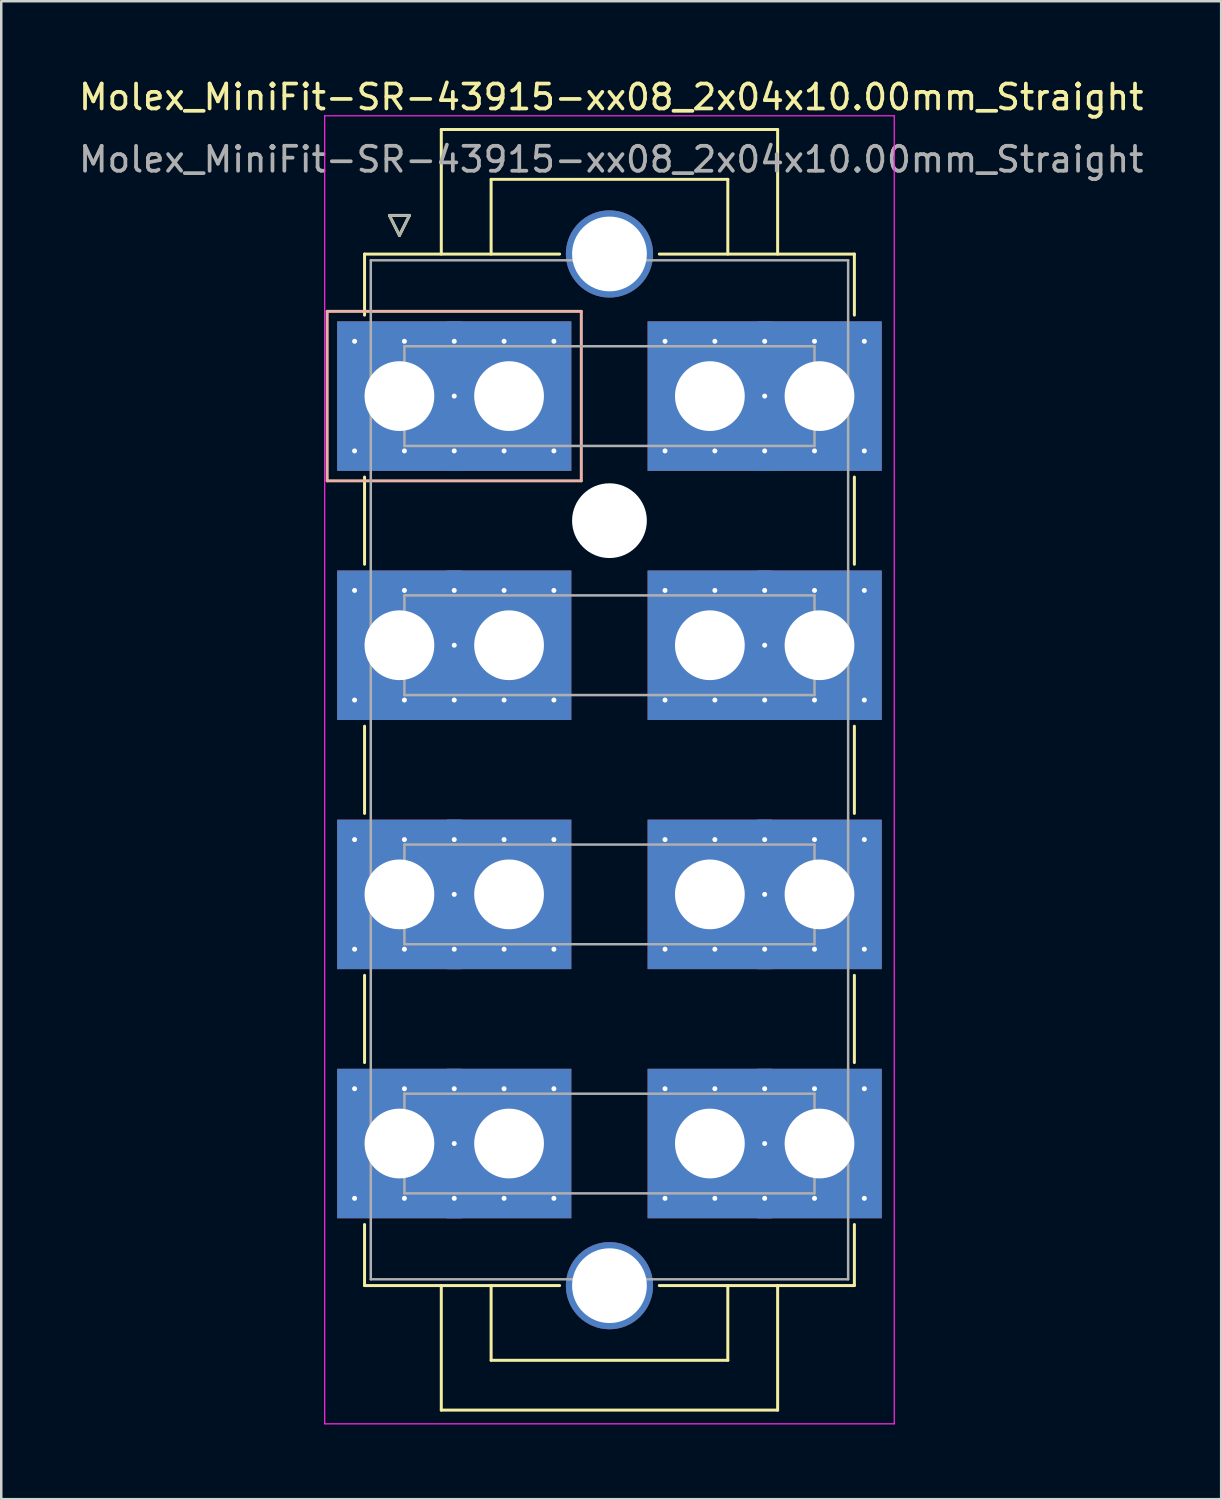
<source format=kicad_pcb>
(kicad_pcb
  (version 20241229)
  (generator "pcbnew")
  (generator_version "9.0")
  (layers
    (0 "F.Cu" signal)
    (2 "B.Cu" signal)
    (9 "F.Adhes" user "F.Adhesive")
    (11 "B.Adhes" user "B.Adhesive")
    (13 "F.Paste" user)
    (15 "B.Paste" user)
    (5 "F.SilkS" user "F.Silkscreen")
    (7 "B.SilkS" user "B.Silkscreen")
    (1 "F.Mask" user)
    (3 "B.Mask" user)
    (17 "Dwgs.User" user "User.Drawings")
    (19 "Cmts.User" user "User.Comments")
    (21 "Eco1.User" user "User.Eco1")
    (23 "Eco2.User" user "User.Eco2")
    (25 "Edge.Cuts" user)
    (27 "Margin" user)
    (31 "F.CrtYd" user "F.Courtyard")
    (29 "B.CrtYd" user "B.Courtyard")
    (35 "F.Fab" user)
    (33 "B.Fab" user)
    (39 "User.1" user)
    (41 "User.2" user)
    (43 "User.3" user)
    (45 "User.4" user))
  (footprint "Molex_MiniFit-SR-43915-xx08_2x04x10.00mm_Straight"
    (layer "F.Cu")
    (at 12.982 12.848)
    (property "Reference" "Molex_MiniFit-SR-43915-xx08_2x04x10.00mm_Straight" (at 8.5 -12 0) (layer "F.SilkS") (effects (font (size 1 1) (thickness 0.15))))
    (attr through_hole)
    (fp_line (start -1.4 -5.7) (end 6.43 -5.7) (stroke (width 0.12) (type solid)) (layer "F.SilkS"))
    (fp_line (start -1.4 -3.25) (end -1.4 -5.7) (stroke (width 0.12) (type solid)) (layer "F.SilkS"))
    (fp_line (start -1.4 3.25) (end -1.4 6.75) (stroke (width 0.12) (type solid)) (layer "F.SilkS"))
    (fp_line (start -1.4 13.25) (end -1.4 16.75) (stroke (width 0.12) (type solid)) (layer "F.SilkS"))
    (fp_line (start -1.4 23.25) (end -1.4 26.75) (stroke (width 0.12) (type solid)) (layer "F.SilkS"))
    (fp_line (start -1.4 33.25) (end -1.4 35.7) (stroke (width 0.12) (type solid)) (layer "F.SilkS"))
    (fp_line (start -1.4 35.7) (end 6.43 35.7) (stroke (width 0.12) (type solid)) (layer "F.SilkS"))
    (fp_line (start -0.4 -7.25) (end 0 -6.45) (stroke (width 0.12) (type solid)) (layer "F.SilkS"))
    (fp_line (start 0 -6.45) (end 0.4 -7.25) (stroke (width 0.12) (type solid)) (layer "F.SilkS"))
    (fp_line (start 0.4 -7.25) (end -0.4 -7.25) (stroke (width 0.12) (type solid)) (layer "F.SilkS"))
    (fp_line (start 1.68 -10.7) (end 1.68 -5.7) (stroke (width 0.12) (type solid)) (layer "F.SilkS"))
    (fp_line (start 1.68 40.7) (end 1.68 35.7) (stroke (width 0.12) (type solid)) (layer "F.SilkS"))
    (fp_line (start 3.68 -8.7) (end 3.68 -5.7) (stroke (width 0.12) (type solid)) (layer "F.SilkS"))
    (fp_line (start 3.68 38.7) (end 3.68 35.7) (stroke (width 0.12) (type solid)) (layer "F.SilkS"))
    (fp_line (start 13.18 -8.7) (end 3.68 -8.7) (stroke (width 0.12) (type solid)) (layer "F.SilkS"))
    (fp_line (start 13.18 -5.7) (end 13.18 -8.7) (stroke (width 0.12) (type solid)) (layer "F.SilkS"))
    (fp_line (start 13.18 35.7) (end 13.18 38.7) (stroke (width 0.12) (type solid)) (layer "F.SilkS"))
    (fp_line (start 13.18 38.7) (end 3.68 38.7) (stroke (width 0.12) (type solid)) (layer "F.SilkS"))
    (fp_line (start 15.18 -10.7) (end 1.68 -10.7) (stroke (width 0.12) (type solid)) (layer "F.SilkS"))
    (fp_line (start 15.18 -5.7) (end 15.18 -10.7) (stroke (width 0.12) (type solid)) (layer "F.SilkS"))
    (fp_line (start 15.18 35.7) (end 15.18 40.7) (stroke (width 0.12) (type solid)) (layer "F.SilkS"))
    (fp_line (start 15.18 40.7) (end 1.68 40.7) (stroke (width 0.12) (type solid)) (layer "F.SilkS"))
    (fp_line (start 18.26 -5.7) (end 10.43 -5.7) (stroke (width 0.12) (type solid)) (layer "F.SilkS"))
    (fp_line (start 18.26 -3.25) (end 18.26 -5.7) (stroke (width 0.12) (type solid)) (layer "F.SilkS"))
    (fp_line (start 18.26 3.25) (end 18.26 6.75) (stroke (width 0.12) (type solid)) (layer "F.SilkS"))
    (fp_line (start 18.26 13.25) (end 18.26 16.75) (stroke (width 0.12) (type solid)) (layer "F.SilkS"))
    (fp_line (start 18.26 23.25) (end 18.26 26.75) (stroke (width 0.12) (type solid)) (layer "F.SilkS"))
    (fp_line (start 18.26 33.25) (end 18.26 35.7) (stroke (width 0.12) (type solid)) (layer "F.SilkS"))
    (fp_line (start 18.26 35.7) (end 10.43 35.7) (stroke (width 0.12) (type solid)) (layer "F.SilkS"))
    (fp_line (start -2.9 -3.4) (end -2.9 3.4) (stroke (width 0.12) (type solid)) (layer "B.SilkS"))
    (fp_line (start -2.9 3.4) (end 7.3 3.4) (stroke (width 0.12) (type solid)) (layer "B.SilkS"))
    (fp_line (start 7.3 -3.4) (end -2.9 -3.4) (stroke (width 0.12) (type solid)) (layer "B.SilkS"))
    (fp_line (start 7.3 3.4) (end 7.3 -3.4) (stroke (width 0.12) (type solid)) (layer "B.SilkS"))
    (fp_line (start -3 -11.25) (end -3 41.25) (stroke (width 0.05) (type solid)) (layer "F.CrtYd"))
    (fp_line (start -3 41.25) (end 19.86 41.25) (stroke (width 0.05) (type solid)) (layer "F.CrtYd"))
    (fp_line (start 19.86 -11.25) (end -3 -11.25) (stroke (width 0.05) (type solid)) (layer "F.CrtYd"))
    (fp_line (start 19.86 41.25) (end 19.86 -11.25) (stroke (width 0.05) (type solid)) (layer "F.CrtYd"))
    (fp_line (start -1.15 -5.45) (end -1.15 35.45) (stroke (width 0.1) (type solid)) (layer "F.Fab"))
    (fp_line (start -1.15 35.45) (end 18.01 35.45) (stroke (width 0.1) (type solid)) (layer "F.Fab"))
    (fp_line (start -0.4 -7.25) (end 0 -6.45) (stroke (width 0.1) (type solid)) (layer "F.Fab"))
    (fp_line (start 0 -6.45) (end 0.4 -7.25) (stroke (width 0.1) (type solid)) (layer "F.Fab"))
    (fp_line (start 0.2 -2) (end 0.2 2) (stroke (width 0.1) (type solid)) (layer "F.Fab"))
    (fp_line (start 0.2 2) (end 16.66 2) (stroke (width 0.1) (type solid)) (layer "F.Fab"))
    (fp_line (start 0.2 8) (end 0.2 12) (stroke (width 0.1) (type solid)) (layer "F.Fab"))
    (fp_line (start 0.2 12) (end 16.66 12) (stroke (width 0.1) (type solid)) (layer "F.Fab"))
    (fp_line (start 0.2 18) (end 0.2 22) (stroke (width 0.1) (type solid)) (layer "F.Fab"))
    (fp_line (start 0.2 22) (end 16.66 22) (stroke (width 0.1) (type solid)) (layer "F.Fab"))
    (fp_line (start 0.2 28) (end 0.2 32) (stroke (width 0.1) (type solid)) (layer "F.Fab"))
    (fp_line (start 0.2 32) (end 16.66 32) (stroke (width 0.1) (type solid)) (layer "F.Fab"))
    (fp_line (start 0.4 -7.25) (end -0.4 -7.25) (stroke (width 0.1) (type solid)) (layer "F.Fab"))
    (fp_line (start 16.66 -2) (end 0.2 -2) (stroke (width 0.1) (type solid)) (layer "F.Fab"))
    (fp_line (start 16.66 2) (end 16.66 -2) (stroke (width 0.1) (type solid)) (layer "F.Fab"))
    (fp_line (start 16.66 8) (end 0.2 8) (stroke (width 0.1) (type solid)) (layer "F.Fab"))
    (fp_line (start 16.66 12) (end 16.66 8) (stroke (width 0.1) (type solid)) (layer "F.Fab"))
    (fp_line (start 16.66 18) (end 0.2 18) (stroke (width 0.1) (type solid)) (layer "F.Fab"))
    (fp_line (start 16.66 22) (end 16.66 18) (stroke (width 0.1) (type solid)) (layer "F.Fab"))
    (fp_line (start 16.66 28) (end 0.2 28) (stroke (width 0.1) (type solid)) (layer "F.Fab"))
    (fp_line (start 16.66 32) (end 16.66 28) (stroke (width 0.1) (type solid)) (layer "F.Fab"))
    (fp_line (start 18.01 -5.45) (end -1.15 -5.45) (stroke (width 0.1) (type solid)) (layer "F.Fab"))
    (fp_line (start 18.01 35.45) (end 18.01 -5.45) (stroke (width 0.1) (type solid)) (layer "F.Fab"))
    (fp_text user "${REFERENCE}" (at 8.5 -9.5 0) (layer "F.Fab") (effects (font (size 1 1) (thickness 0.15))))
    (pad "" thru_hole circle (at 2.2 0 270) (size 0.5 0.5) (drill 0.2) (layers "*.Cu" "*.Mask"))
    (pad "" thru_hole circle (at 2.2 10 270) (size 0.5 0.5) (drill 0.2) (layers "*.Cu" "*.Mask"))
    (pad "" thru_hole circle (at 2.2 20 270) (size 0.5 0.5) (drill 0.2) (layers "*.Cu" "*.Mask"))
    (pad "" thru_hole circle (at 2.2 30 270) (size 0.5 0.5) (drill 0.2) (layers "*.Cu" "*.Mask"))
    (pad "" thru_hole circle (at 8.43 -5.705 270) (size 3.5 3.5) (drill 3) (layers "*.Cu" "*.Mask"))
    (pad "" np_thru_hole circle (at 8.43 5 270) (size 3 3) (drill 3) (layers "*.Cu" "*.Mask"))
    (pad "" thru_hole circle (at 8.43 35.705 270) (size 3.5 3.5) (drill 3) (layers "*.Cu" "*.Mask"))
    (pad "" thru_hole circle (at 14.66 0 270) (size 0.5 0.5) (drill 0.2) (layers "*.Cu" "*.Mask"))
    (pad "" thru_hole circle (at 14.66 10 270) (size 0.5 0.5) (drill 0.2) (layers "*.Cu" "*.Mask"))
    (pad "" thru_hole circle (at 14.66 20 270) (size 0.5 0.5) (drill 0.2) (layers "*.Cu" "*.Mask"))
    (pad "" thru_hole circle (at 14.66 30 270) (size 0.5 0.5) (drill 0.2) (layers "*.Cu" "*.Mask"))
    (pad "1" thru_hole rect (at -1.8 -2.2 270) (size 0.5 0.5) (drill 0.2) (layers "*.Cu" "*.Mask"))
    (pad "1" thru_hole rect (at -1.8 2.2 270) (size 0.5 0.5) (drill 0.2) (layers "*.Cu" "*.Mask"))
    (pad "1" thru_hole rect (at 0 0 270) (size 6 5) (drill 2.8) (layers "*.Cu" "*.Mask"))
    (pad "1" thru_hole rect (at 0.2 -2.2 270) (size 0.5 0.5) (drill 0.2) (layers "*.Cu" "*.Mask"))
    (pad "1" thru_hole rect (at 0.2 2.2 270) (size 0.5 0.5) (drill 0.2) (layers "*.Cu" "*.Mask"))
    (pad "1" thru_hole rect (at 2.2 -2.2 270) (size 0.5 0.5) (drill 0.2) (layers "*.Cu" "*.Mask"))
    (pad "1" thru_hole rect (at 2.2 2.2 270) (size 0.5 0.5) (drill 0.2) (layers "*.Cu" "*.Mask"))
    (pad "1" thru_hole rect (at 4.2 -2.2 270) (size 0.5 0.5) (drill 0.2) (layers "*.Cu" "*.Mask"))
    (pad "1" thru_hole rect (at 4.2 2.2 270) (size 0.5 0.5) (drill 0.2) (layers "*.Cu" "*.Mask"))
    (pad "1" thru_hole rect (at 4.4 0 270) (size 6 5) (drill 2.8) (layers "*.Cu" "*.Mask"))
    (pad "1" thru_hole rect (at 6.2 -2.2 270) (size 0.5 0.5) (drill 0.2) (layers "*.Cu" "*.Mask"))
    (pad "1" thru_hole rect (at 6.2 2.2 270) (size 0.5 0.5) (drill 0.2) (layers "*.Cu" "*.Mask"))
    (pad "2" thru_hole circle (at 10.66 -2.2 270) (size 0.5 0.5) (drill 0.2) (layers "*.Cu" "*.Mask"))
    (pad "2" thru_hole circle (at 10.66 2.2 270) (size 0.5 0.5) (drill 0.2) (layers "*.Cu" "*.Mask"))
    (pad "2" thru_hole rect (at 12.46 0 270) (size 6 5) (drill 2.8) (layers "*.Cu" "*.Mask"))
    (pad "2" thru_hole circle (at 12.66 -2.2 270) (size 0.5 0.5) (drill 0.2) (layers "*.Cu" "*.Mask"))
    (pad "2" thru_hole circle (at 12.66 2.2 270) (size 0.5 0.5) (drill 0.2) (layers "*.Cu" "*.Mask"))
    (pad "2" thru_hole circle (at 14.66 -2.2 270) (size 0.5 0.5) (drill 0.2) (layers "*.Cu" "*.Mask"))
    (pad "2" thru_hole circle (at 14.66 2.2 270) (size 0.5 0.5) (drill 0.2) (layers "*.Cu" "*.Mask"))
    (pad "2" thru_hole circle (at 16.66 -2.2 270) (size 0.5 0.5) (drill 0.2) (layers "*.Cu" "*.Mask"))
    (pad "2" thru_hole circle (at 16.66 2.2 270) (size 0.5 0.5) (drill 0.2) (layers "*.Cu" "*.Mask"))
    (pad "2" thru_hole rect (at 16.86 0 270) (size 6 5) (drill 2.8) (layers "*.Cu" "*.Mask"))
    (pad "2" thru_hole circle (at 18.66 -2.2 270) (size 0.5 0.5) (drill 0.2) (layers "*.Cu" "*.Mask"))
    (pad "2" thru_hole circle (at 18.66 2.2 270) (size 0.5 0.5) (drill 0.2) (layers "*.Cu" "*.Mask"))
    (pad "3" thru_hole circle (at -1.8 7.8 270) (size 0.5 0.5) (drill 0.2) (layers "*.Cu" "*.Mask"))
    (pad "3" thru_hole circle (at -1.8 12.2 270) (size 0.5 0.5) (drill 0.2) (layers "*.Cu" "*.Mask"))
    (pad "3" thru_hole rect (at 0 10 270) (size 6 5) (drill 2.8) (layers "*.Cu" "*.Mask"))
    (pad "3" thru_hole circle (at 0.2 7.8 270) (size 0.5 0.5) (drill 0.2) (layers "*.Cu" "*.Mask"))
    (pad "3" thru_hole circle (at 0.2 12.2 270) (size 0.5 0.5) (drill 0.2) (layers "*.Cu" "*.Mask"))
    (pad "3" thru_hole circle (at 2.2 7.8 270) (size 0.5 0.5) (drill 0.2) (layers "*.Cu" "*.Mask"))
    (pad "3" thru_hole circle (at 2.2 12.2 270) (size 0.5 0.5) (drill 0.2) (layers "*.Cu" "*.Mask"))
    (pad "3" thru_hole circle (at 4.2 7.8 270) (size 0.5 0.5) (drill 0.2) (layers "*.Cu" "*.Mask"))
    (pad "3" thru_hole circle (at 4.2 12.2 270) (size 0.5 0.5) (drill 0.2) (layers "*.Cu" "*.Mask"))
    (pad "3" thru_hole rect (at 4.4 10 270) (size 6 5) (drill 2.8) (layers "*.Cu" "*.Mask"))
    (pad "3" thru_hole circle (at 6.2 7.8 270) (size 0.5 0.5) (drill 0.2) (layers "*.Cu" "*.Mask"))
    (pad "3" thru_hole circle (at 6.2 12.2 270) (size 0.5 0.5) (drill 0.2) (layers "*.Cu" "*.Mask"))
    (pad "4" thru_hole circle (at 10.66 7.8 270) (size 0.5 0.5) (drill 0.2) (layers "*.Cu" "*.Mask"))
    (pad "4" thru_hole circle (at 10.66 12.2 270) (size 0.5 0.5) (drill 0.2) (layers "*.Cu" "*.Mask"))
    (pad "4" thru_hole rect (at 12.46 10 270) (size 6 5) (drill 2.8) (layers "*.Cu" "*.Mask"))
    (pad "4" thru_hole circle (at 12.66 7.8 270) (size 0.5 0.5) (drill 0.2) (layers "*.Cu" "*.Mask"))
    (pad "4" thru_hole circle (at 12.66 12.2 270) (size 0.5 0.5) (drill 0.2) (layers "*.Cu" "*.Mask"))
    (pad "4" thru_hole circle (at 14.66 7.8 270) (size 0.5 0.5) (drill 0.2) (layers "*.Cu" "*.Mask"))
    (pad "4" thru_hole circle (at 14.66 12.2 270) (size 0.5 0.5) (drill 0.2) (layers "*.Cu" "*.Mask"))
    (pad "4" thru_hole circle (at 16.66 7.8 270) (size 0.5 0.5) (drill 0.2) (layers "*.Cu" "*.Mask"))
    (pad "4" thru_hole circle (at 16.66 12.2 270) (size 0.5 0.5) (drill 0.2) (layers "*.Cu" "*.Mask"))
    (pad "4" thru_hole rect (at 16.86 10 270) (size 6 5) (drill 2.8) (layers "*.Cu" "*.Mask"))
    (pad "4" thru_hole circle (at 18.66 7.8 270) (size 0.5 0.5) (drill 0.2) (layers "*.Cu" "*.Mask"))
    (pad "4" thru_hole circle (at 18.66 12.2 270) (size 0.5 0.5) (drill 0.2) (layers "*.Cu" "*.Mask"))
    (pad "5" thru_hole circle (at -1.8 17.8 270) (size 0.5 0.5) (drill 0.2) (layers "*.Cu" "*.Mask"))
    (pad "5" thru_hole circle (at -1.8 22.2 270) (size 0.5 0.5) (drill 0.2) (layers "*.Cu" "*.Mask"))
    (pad "5" thru_hole rect (at 0 20 270) (size 6 5) (drill 2.8) (layers "*.Cu" "*.Mask"))
    (pad "5" thru_hole circle (at 0.2 17.8 270) (size 0.5 0.5) (drill 0.2) (layers "*.Cu" "*.Mask"))
    (pad "5" thru_hole circle (at 0.2 22.2 270) (size 0.5 0.5) (drill 0.2) (layers "*.Cu" "*.Mask"))
    (pad "5" thru_hole circle (at 2.2 17.8 270) (size 0.5 0.5) (drill 0.2) (layers "*.Cu" "*.Mask"))
    (pad "5" thru_hole circle (at 2.2 22.2 270) (size 0.5 0.5) (drill 0.2) (layers "*.Cu" "*.Mask"))
    (pad "5" thru_hole circle (at 4.2 17.8 270) (size 0.5 0.5) (drill 0.2) (layers "*.Cu" "*.Mask"))
    (pad "5" thru_hole circle (at 4.2 22.2 270) (size 0.5 0.5) (drill 0.2) (layers "*.Cu" "*.Mask"))
    (pad "5" thru_hole rect (at 4.4 20 270) (size 6 5) (drill 2.8) (layers "*.Cu" "*.Mask"))
    (pad "5" thru_hole circle (at 6.2 17.8 270) (size 0.5 0.5) (drill 0.2) (layers "*.Cu" "*.Mask"))
    (pad "5" thru_hole circle (at 6.2 22.2 270) (size 0.5 0.5) (drill 0.2) (layers "*.Cu" "*.Mask"))
    (pad "6" thru_hole circle (at 10.66 17.8 270) (size 0.5 0.5) (drill 0.2) (layers "*.Cu" "*.Mask"))
    (pad "6" thru_hole circle (at 10.66 22.2 270) (size 0.5 0.5) (drill 0.2) (layers "*.Cu" "*.Mask"))
    (pad "6" thru_hole rect (at 12.46 20 270) (size 6 5) (drill 2.8) (layers "*.Cu" "*.Mask"))
    (pad "6" thru_hole circle (at 12.66 17.8 270) (size 0.5 0.5) (drill 0.2) (layers "*.Cu" "*.Mask"))
    (pad "6" thru_hole circle (at 12.66 22.2 270) (size 0.5 0.5) (drill 0.2) (layers "*.Cu" "*.Mask"))
    (pad "6" thru_hole circle (at 14.66 17.8 270) (size 0.5 0.5) (drill 0.2) (layers "*.Cu" "*.Mask"))
    (pad "6" thru_hole circle (at 14.66 22.2 270) (size 0.5 0.5) (drill 0.2) (layers "*.Cu" "*.Mask"))
    (pad "6" thru_hole circle (at 16.66 17.8 270) (size 0.5 0.5) (drill 0.2) (layers "*.Cu" "*.Mask"))
    (pad "6" thru_hole circle (at 16.66 22.2 270) (size 0.5 0.5) (drill 0.2) (layers "*.Cu" "*.Mask"))
    (pad "6" thru_hole rect (at 16.86 20 270) (size 6 5) (drill 2.8) (layers "*.Cu" "*.Mask"))
    (pad "6" thru_hole circle (at 18.66 17.8 270) (size 0.5 0.5) (drill 0.2) (layers "*.Cu" "*.Mask"))
    (pad "6" thru_hole circle (at 18.66 22.2 270) (size 0.5 0.5) (drill 0.2) (layers "*.Cu" "*.Mask"))
    (pad "7" thru_hole circle (at -1.8 27.8 270) (size 0.5 0.5) (drill 0.2) (layers "*.Cu" "*.Mask"))
    (pad "7" thru_hole circle (at -1.8 32.2 270) (size 0.5 0.5) (drill 0.2) (layers "*.Cu" "*.Mask"))
    (pad "7" thru_hole rect (at 0 30 270) (size 6 5) (drill 2.8) (layers "*.Cu" "*.Mask"))
    (pad "7" thru_hole circle (at 0.2 27.8 270) (size 0.5 0.5) (drill 0.2) (layers "*.Cu" "*.Mask"))
    (pad "7" thru_hole circle (at 0.2 32.2 270) (size 0.5 0.5) (drill 0.2) (layers "*.Cu" "*.Mask"))
    (pad "7" thru_hole circle (at 2.2 27.8 270) (size 0.5 0.5) (drill 0.2) (layers "*.Cu" "*.Mask"))
    (pad "7" thru_hole circle (at 2.2 32.2 270) (size 0.5 0.5) (drill 0.2) (layers "*.Cu" "*.Mask"))
    (pad "7" thru_hole circle (at 4.2 27.8 270) (size 0.5 0.5) (drill 0.2) (layers "*.Cu" "*.Mask"))
    (pad "7" thru_hole circle (at 4.2 32.2 270) (size 0.5 0.5) (drill 0.2) (layers "*.Cu" "*.Mask"))
    (pad "7" thru_hole rect (at 4.4 30 270) (size 6 5) (drill 2.8) (layers "*.Cu" "*.Mask"))
    (pad "7" thru_hole circle (at 6.2 27.8 270) (size 0.5 0.5) (drill 0.2) (layers "*.Cu" "*.Mask"))
    (pad "7" thru_hole circle (at 6.2 32.2 270) (size 0.5 0.5) (drill 0.2) (layers "*.Cu" "*.Mask"))
    (pad "8" thru_hole circle (at 10.66 27.8 270) (size 0.5 0.5) (drill 0.2) (layers "*.Cu" "*.Mask"))
    (pad "8" thru_hole circle (at 10.66 32.2 270) (size 0.5 0.5) (drill 0.2) (layers "*.Cu" "*.Mask"))
    (pad "8" thru_hole rect (at 12.46 30 270) (size 6 5) (drill 2.8) (layers "*.Cu" "*.Mask"))
    (pad "8" thru_hole circle (at 12.66 27.8 270) (size 0.5 0.5) (drill 0.2) (layers "*.Cu" "*.Mask"))
    (pad "8" thru_hole circle (at 12.66 32.2 270) (size 0.5 0.5) (drill 0.2) (layers "*.Cu" "*.Mask"))
    (pad "8" thru_hole circle (at 14.66 27.8 270) (size 0.5 0.5) (drill 0.2) (layers "*.Cu" "*.Mask"))
    (pad "8" thru_hole circle (at 14.66 32.2 270) (size 0.5 0.5) (drill 0.2) (layers "*.Cu" "*.Mask"))
    (pad "8" thru_hole circle (at 16.66 27.8 270) (size 0.5 0.5) (drill 0.2) (layers "*.Cu" "*.Mask"))
    (pad "8" thru_hole circle (at 16.66 32.2 270) (size 0.5 0.5) (drill 0.2) (layers "*.Cu" "*.Mask"))
    (pad "8" thru_hole rect (at 16.86 30 270) (size 6 5) (drill 2.8) (layers "*.Cu" "*.Mask"))
    (pad "8" thru_hole circle (at 18.66 27.8 270) (size 0.5 0.5) (drill 0.2) (layers "*.Cu" "*.Mask"))
    (pad "8" thru_hole circle (at 18.66 32.2 270) (size 0.5 0.5) (drill 0.2) (layers "*.Cu" "*.Mask")))
  (gr_rect
    (start -3 -3)
    (end 45.964 57.123)
    (stroke (width 0.1) (type default))
    (fill no)
    (layer "Edge.Cuts")))
</source>
